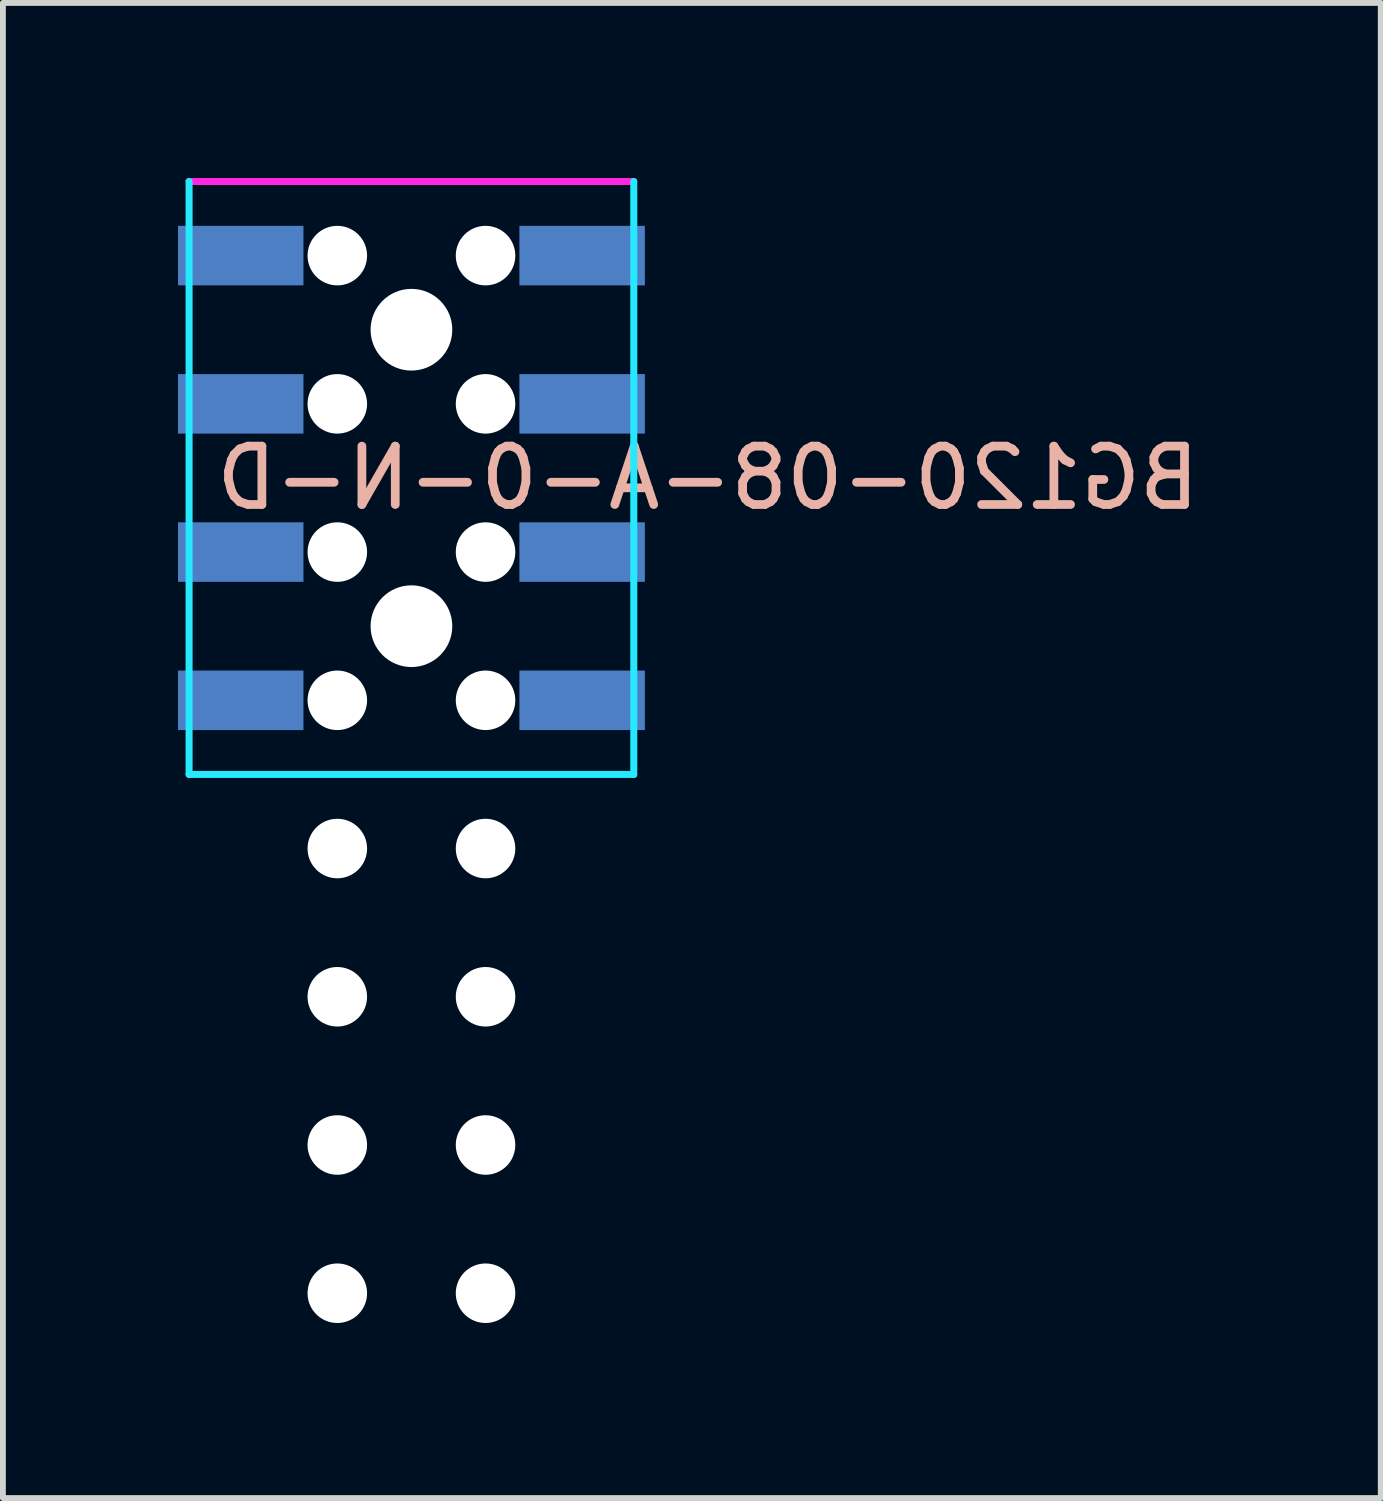
<source format=kicad_pcb>
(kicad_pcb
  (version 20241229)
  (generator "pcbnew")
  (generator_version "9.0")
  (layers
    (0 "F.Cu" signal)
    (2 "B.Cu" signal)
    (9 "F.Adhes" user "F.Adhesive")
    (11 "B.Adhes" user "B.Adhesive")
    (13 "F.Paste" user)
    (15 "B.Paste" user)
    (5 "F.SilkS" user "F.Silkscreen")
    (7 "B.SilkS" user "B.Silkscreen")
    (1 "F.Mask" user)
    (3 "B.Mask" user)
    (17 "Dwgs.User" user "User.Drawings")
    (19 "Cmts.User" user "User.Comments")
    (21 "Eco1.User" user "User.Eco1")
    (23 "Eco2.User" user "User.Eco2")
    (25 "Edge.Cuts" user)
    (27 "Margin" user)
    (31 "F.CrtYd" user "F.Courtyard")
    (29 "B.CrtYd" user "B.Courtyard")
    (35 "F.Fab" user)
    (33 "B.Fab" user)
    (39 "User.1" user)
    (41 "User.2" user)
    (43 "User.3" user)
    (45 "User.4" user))
  (footprint "BG120-08-A-0-N-D"
    (layer "F.Cu")
    (at 4 5.14)
    (property "Reference" "BG120-08-A-0-N-D" (at 5.08 0 0) (layer "B.SilkS") (effects (font (size 1 1) (thickness 0.15)) (justify mirror)))
    (attr through_hole)
    (fp_line (start -3.81 5.08) (end -3.81 -5.08) (stroke (width 0.12) (type solid)) (layer "B.CrtYd"))
    (fp_line (start 3.81 -5.08) (end 3.81 5.08) (stroke (width 0.12) (type solid)) (layer "B.CrtYd"))
    (fp_line (start 3.81 5.08) (end -3.81 5.08) (stroke (width 0.12) (type solid)) (layer "B.CrtYd"))
    (fp_line (start -3.81 -5.08) (end 3.81 -5.08) (stroke (width 0.12) (type solid)) (layer "F.CrtYd"))
    (pad "" np_thru_hole circle (at -1.27 -3.81) (size 1.02 1.02) (drill 1.02) (layers "*.Cu" "*.Mask"))
    (pad "" np_thru_hole circle (at -1.27 -1.27) (size 1.02 1.02) (drill 1.02) (layers "*.Cu" "*.Mask"))
    (pad "" np_thru_hole circle (at -1.27 1.27) (size 1.02 1.02) (drill 1.02) (layers "*.Cu" "*.Mask"))
    (pad "" np_thru_hole circle (at -1.27 3.81) (size 1.02 1.02) (drill 1.02) (layers "*.Cu" "*.Mask"))
    (pad "" np_thru_hole circle (at -1.27 6.35) (size 1.02 1.02) (drill 1.02) (layers "*.Cu" "*.Mask"))
    (pad "" np_thru_hole circle (at -1.27 8.89) (size 1.02 1.02) (drill 1.02) (layers "*.Cu" "*.Mask"))
    (pad "" np_thru_hole circle (at -1.27 11.43) (size 1.02 1.02) (drill 1.02) (layers "*.Cu" "*.Mask"))
    (pad "" np_thru_hole circle (at -1.27 13.97) (size 1.02 1.02) (drill 1.02) (layers "*.Cu" "*.Mask"))
    (pad "" np_thru_hole circle (at 0 -2.54) (size 1.4 1.4) (drill 1.4) (layers "*.Cu" "*.Mask"))
    (pad "" np_thru_hole circle (at 0 2.54) (size 1.4 1.4) (drill 1.4) (layers "*.Cu" "*.Mask"))
    (pad "" np_thru_hole circle (at 1.27 -3.81) (size 1.02 1.02) (drill 1.02) (layers "*.Cu" "*.Mask"))
    (pad "" np_thru_hole circle (at 1.27 -1.27) (size 1.02 1.02) (drill 1.02) (layers "*.Cu" "*.Mask"))
    (pad "" np_thru_hole circle (at 1.27 1.27) (size 1.02 1.02) (drill 1.02) (layers "*.Cu" "*.Mask"))
    (pad "" np_thru_hole circle (at 1.27 3.81) (size 1.02 1.02) (drill 1.02) (layers "*.Cu" "*.Mask"))
    (pad "" np_thru_hole circle (at 1.27 6.35) (size 1.02 1.02) (drill 1.02) (layers "*.Cu" "*.Mask"))
    (pad "" np_thru_hole circle (at 1.27 8.89) (size 1.02 1.02) (drill 1.02) (layers "*.Cu" "*.Mask"))
    (pad "" np_thru_hole circle (at 1.27 11.43) (size 1.02 1.02) (drill 1.02) (layers "*.Cu" "*.Mask"))
    (pad "" np_thru_hole circle (at 1.27 13.97) (size 1.02 1.02) (drill 1.02) (layers "*.Cu" "*.Mask"))
    (pad "1" smd rect (at -2.925 -3.81 270) (size 1.02 2.15) (layers "B.Cu" "B.Mask" "B.Paste"))
    (pad "2" smd rect (at 2.925 -3.81 270) (size 1.02 2.15) (layers "B.Cu" "B.Mask" "B.Paste"))
    (pad "3" smd rect (at -2.925 -1.27 270) (size 1.02 2.15) (layers "B.Cu" "B.Mask" "B.Paste"))
    (pad "4" smd rect (at 2.925 -1.27 270) (size 1.02 2.15) (layers "B.Cu" "B.Mask" "B.Paste"))
    (pad "5" smd rect (at -2.925 1.27 270) (size 1.02 2.15) (layers "B.Cu" "B.Mask" "B.Paste"))
    (pad "6" smd rect (at 2.925 1.27 270) (size 1.02 2.15) (layers "B.Cu" "B.Mask" "B.Paste"))
    (pad "7" smd rect (at -2.925 3.81 270) (size 1.02 2.15) (layers "B.Cu" "B.Mask" "B.Paste"))
    (pad "8" smd rect (at 2.925 3.81 270) (size 1.02 2.15) (layers "B.Cu" "B.Mask" "B.Paste")))
  (gr_rect
    (start -3 -3)
    (end 20.61 22.62)
    (stroke (width 0.1) (type default))
    (fill no)
    (layer "Edge.Cuts")))
</source>
